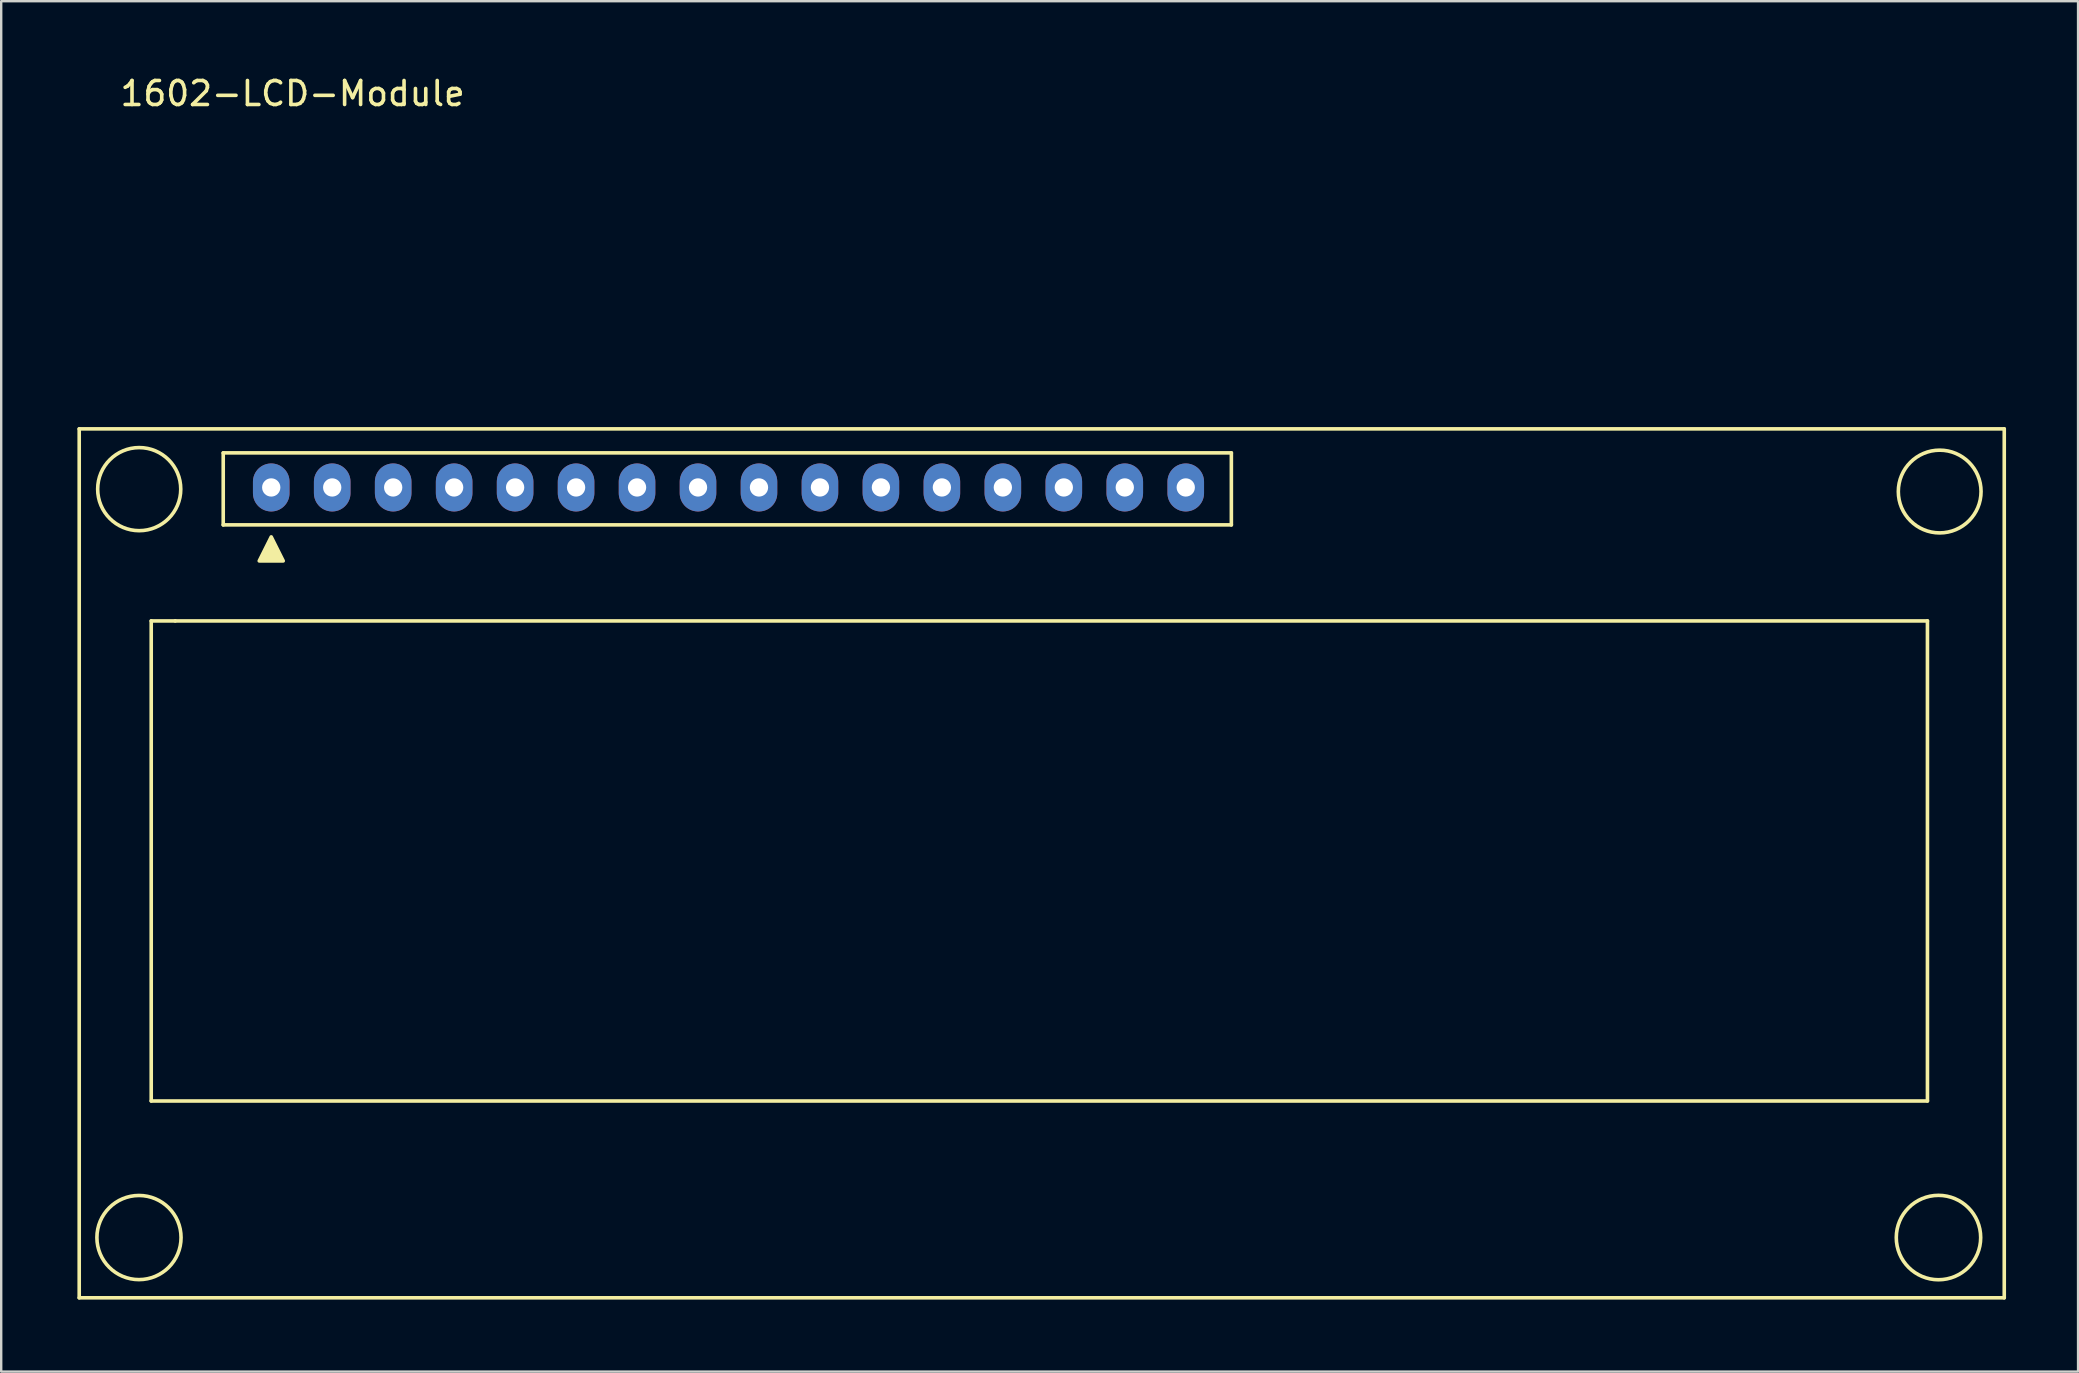
<source format=kicad_pcb>
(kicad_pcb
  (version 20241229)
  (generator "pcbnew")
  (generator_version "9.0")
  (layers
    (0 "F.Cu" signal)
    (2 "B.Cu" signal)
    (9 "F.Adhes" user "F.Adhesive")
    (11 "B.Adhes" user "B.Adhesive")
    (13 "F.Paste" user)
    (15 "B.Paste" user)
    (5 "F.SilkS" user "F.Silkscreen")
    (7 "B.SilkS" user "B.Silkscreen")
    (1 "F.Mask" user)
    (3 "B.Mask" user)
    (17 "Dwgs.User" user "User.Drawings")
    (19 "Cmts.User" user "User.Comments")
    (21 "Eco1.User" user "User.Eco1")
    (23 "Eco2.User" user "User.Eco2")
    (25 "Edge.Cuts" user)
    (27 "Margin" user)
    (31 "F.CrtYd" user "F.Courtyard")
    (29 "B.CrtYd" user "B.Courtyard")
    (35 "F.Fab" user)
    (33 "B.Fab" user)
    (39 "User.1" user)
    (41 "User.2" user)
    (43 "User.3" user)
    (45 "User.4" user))
  (footprint "1602-LCD-Module"
    (layer "F.Cu")
    (at 0.25 14.818)
    (property "Reference" "1602-LCD-Module" (at 8.89 -13.97 0) (layer "F.SilkS") (effects (font (size 1 1) (thickness 0.15))))
    (attr through_hole)
    (fp_line (start 0 0) (end 80.2 0) (stroke (width 0.15) (type solid)) (layer "F.SilkS"))
    (fp_line (start 0 36.2) (end 0 0) (stroke (width 0.15) (type solid)) (layer "F.SilkS"))
    (fp_line (start 3 8) (end 4 8) (stroke (width 0.15) (type solid)) (layer "F.SilkS"))
    (fp_line (start 3 28) (end 3 8) (stroke (width 0.15) (type solid)) (layer "F.SilkS"))
    (fp_line (start 4 8) (end 77 8) (stroke (width 0.15) (type solid)) (layer "F.SilkS"))
    (fp_line (start 6 1) (end 48 1) (stroke (width 0.15) (type solid)) (layer "F.SilkS"))
    (fp_line (start 6 4) (end 6 1) (stroke (width 0.15) (type solid)) (layer "F.SilkS"))
    (fp_line (start 48 1) (end 48 4) (stroke (width 0.15) (type solid)) (layer "F.SilkS"))
    (fp_line (start 48 4) (end 6 4) (stroke (width 0.15) (type solid)) (layer "F.SilkS"))
    (fp_line (start 77 8) (end 77 28) (stroke (width 0.15) (type solid)) (layer "F.SilkS"))
    (fp_line (start 77 28) (end 3 28) (stroke (width 0.15) (type solid)) (layer "F.SilkS"))
    (fp_line (start 80.2 0) (end 80.2 36.2) (stroke (width 0.15) (type solid)) (layer "F.SilkS"))
    (fp_line (start 80.2 36.2) (end 0 36.2) (stroke (width 0.15) (type solid)) (layer "F.SilkS"))
    (fp_circle (center 2.49 33.69) (end 3.38 35.2) (stroke (width 0.15) (type solid)) (fill no) (layer "F.SilkS"))
    (fp_circle (center 2.5 2.51) (end 3.16 4.11) (stroke (width 0.15) (type solid)) (fill no) (layer "F.SilkS"))
    (fp_circle (center 77.46 33.69) (end 78.61 35.02) (stroke (width 0.15) (type solid)) (fill no) (layer "F.SilkS"))
    (fp_circle (center 77.51 2.61) (end 78.82 3.73) (stroke (width 0.15) (type solid)) (fill no) (layer "F.SilkS"))
    (fp_poly (pts (xy 7.5 5.5) (xy 8.5 5.5) (xy 8 4.5)) (stroke (width 0.15) (type solid)) (fill yes) (layer "F.SilkS"))
    (pad "1" thru_hole oval (at 8 2.44) (size 1.524 2) (drill oval 0.762) (layers "*.Cu" "*.Mask"))
    (pad "2" thru_hole oval (at 10.54 2.44) (size 1.524 2) (drill oval 0.762) (layers "*.Cu" "*.Mask"))
    (pad "3" thru_hole oval (at 13.08 2.44) (size 1.524 2) (drill oval 0.762) (layers "*.Cu" "*.Mask"))
    (pad "4" thru_hole oval (at 15.62 2.44) (size 1.524 2) (drill oval 0.762) (layers "*.Cu" "*.Mask"))
    (pad "5" thru_hole oval (at 18.16 2.44) (size 1.524 2) (drill oval 0.762) (layers "*.Cu" "*.Mask"))
    (pad "6" thru_hole oval (at 20.7 2.44) (size 1.524 2) (drill oval 0.762) (layers "*.Cu" "*.Mask"))
    (pad "7" thru_hole oval (at 23.24 2.44) (size 1.524 2) (drill oval 0.762) (layers "*.Cu" "*.Mask"))
    (pad "8" thru_hole oval (at 25.78 2.44) (size 1.524 2) (drill oval 0.762) (layers "*.Cu" "*.Mask"))
    (pad "9" thru_hole oval (at 28.32 2.44) (size 1.524 2) (drill oval 0.762) (layers "*.Cu" "*.Mask"))
    (pad "10" thru_hole oval (at 30.86 2.44) (size 1.524 2) (drill oval 0.762) (layers "*.Cu" "*.Mask"))
    (pad "11" thru_hole oval (at 33.4 2.44) (size 1.524 2) (drill oval 0.762) (layers "*.Cu" "*.Mask"))
    (pad "12" thru_hole oval (at 35.94 2.44) (size 1.524 2) (drill oval 0.762) (layers "*.Cu" "*.Mask"))
    (pad "13" thru_hole oval (at 38.48 2.44) (size 1.524 2) (drill oval 0.762) (layers "*.Cu" "*.Mask"))
    (pad "14" thru_hole oval (at 41.02 2.44) (size 1.524 2) (drill oval 0.762) (layers "*.Cu" "*.Mask"))
    (pad "15" thru_hole oval (at 43.56 2.44) (size 1.524 2) (drill oval 0.762) (layers "*.Cu" "*.Mask"))
    (pad "16" thru_hole oval (at 46.1 2.44) (size 1.524 2) (drill oval 0.762) (layers "*.Cu" "*.Mask")))
  (gr_rect
    (start -3 -3)
    (end 83.525 54.093)
    (stroke (width 0.1) (type default))
    (fill no)
    (layer "Edge.Cuts")))
</source>
